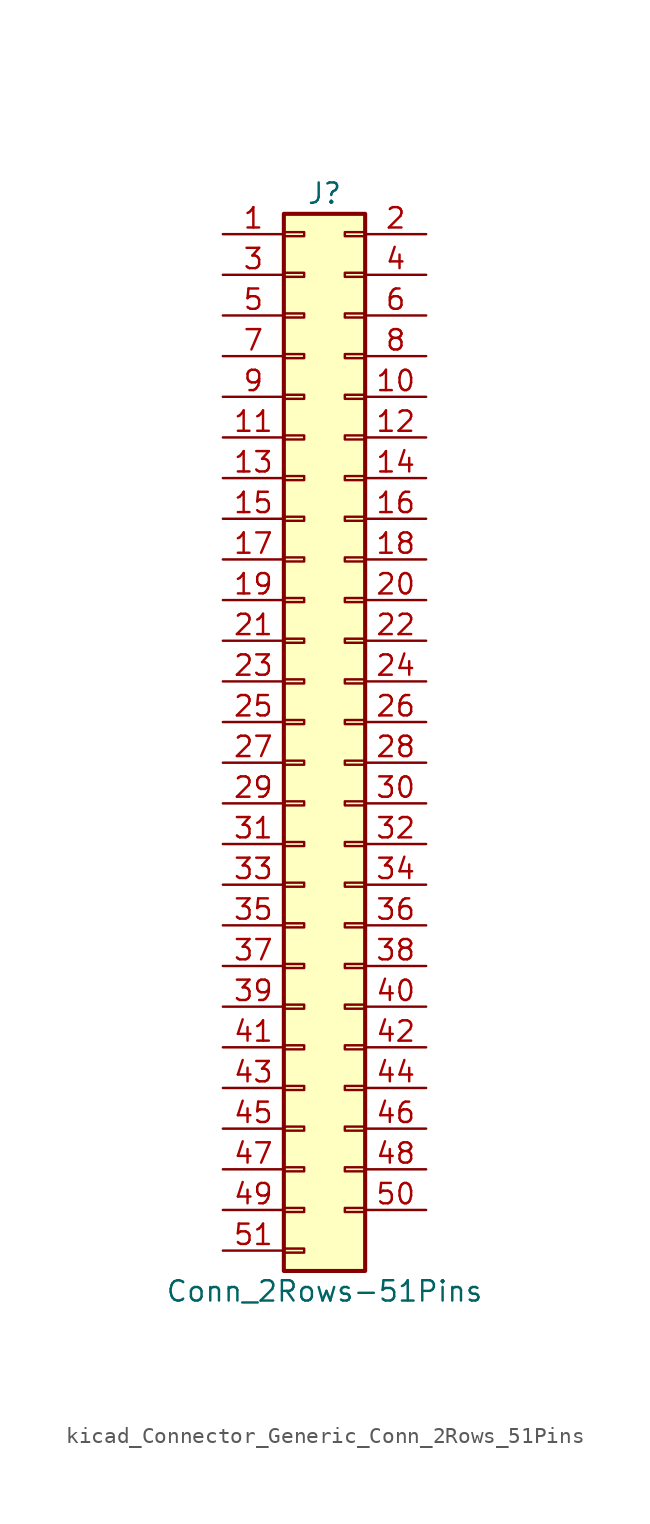
<source format=kicad_sym>
(kicad_symbol_lib
  (version 20220914)
  (generator kicad_symbol_editor)
  (symbol "kicad_Connector_Generic_Conn_2Rows_51Pins"
    (pin_names
      (offset 1.016) hide)
    (property "Reference" "J"
      (at 1.27 33.02 0)
      (effects (font (size 1.27 1.27))))
    (property "Value" "Conn_2Rows-51Pins"
      (at 1.27 -35.56 0)
      (effects (font (size 1.27 1.27))))
    (symbol "kicad_Connector_Generic_Conn_2Rows_51Pins_1_1"
      (rectangle (start -1.27 -32.893) (end 0 -33.147) (stroke (width 0.152) (type default)) (fill (type none)))
      (rectangle (start -1.27 -30.353) (end 0 -30.607) (stroke (width 0.152) (type default)) (fill (type none)))
      (rectangle (start -1.27 -27.813) (end 0 -28.067) (stroke (width 0.152) (type default)) (fill (type none)))
      (rectangle (start -1.27 -25.273) (end 0 -25.527) (stroke (width 0.152) (type default)) (fill (type none)))
      (rectangle (start -1.27 -22.733) (end 0 -22.987) (stroke (width 0.152) (type default)) (fill (type none)))
      (rectangle (start -1.27 -20.193) (end 0 -20.447) (stroke (width 0.152) (type default)) (fill (type none)))
      (rectangle (start -1.27 -17.653) (end 0 -17.907) (stroke (width 0.152) (type default)) (fill (type none)))
      (rectangle (start -1.27 -15.113) (end 0 -15.367) (stroke (width 0.152) (type default)) (fill (type none)))
      (rectangle (start -1.27 -12.573) (end 0 -12.827) (stroke (width 0.152) (type default)) (fill (type none)))
      (rectangle (start -1.27 -10.033) (end 0 -10.287) (stroke (width 0.152) (type default)) (fill (type none)))
      (rectangle (start -1.27 -7.493) (end 0 -7.747) (stroke (width 0.152) (type default)) (fill (type none)))
      (rectangle (start -1.27 -4.953) (end 0 -5.207) (stroke (width 0.152) (type default)) (fill (type none)))
      (rectangle (start -1.27 -2.413) (end 0 -2.667) (stroke (width 0.152) (type default)) (fill (type none)))
      (rectangle (start -1.27 0.127) (end 0 -0.127) (stroke (width 0.152) (type default)) (fill (type none)))
      (rectangle (start -1.27 2.667) (end 0 2.413) (stroke (width 0.152) (type default)) (fill (type none)))
      (rectangle (start -1.27 5.207) (end 0 4.953) (stroke (width 0.152) (type default)) (fill (type none)))
      (rectangle (start -1.27 7.747) (end 0 7.493) (stroke (width 0.152) (type default)) (fill (type none)))
      (rectangle (start -1.27 10.287) (end 0 10.033) (stroke (width 0.152) (type default)) (fill (type none)))
      (rectangle (start -1.27 12.827) (end 0 12.573) (stroke (width 0.152) (type default)) (fill (type none)))
      (rectangle (start -1.27 15.367) (end 0 15.113) (stroke (width 0.152) (type default)) (fill (type none)))
      (rectangle (start -1.27 17.907) (end 0 17.653) (stroke (width 0.152) (type default)) (fill (type none)))
      (rectangle (start -1.27 20.447) (end 0 20.193) (stroke (width 0.152) (type default)) (fill (type none)))
      (rectangle (start -1.27 22.987) (end 0 22.733) (stroke (width 0.152) (type default)) (fill (type none)))
      (rectangle (start -1.27 25.527) (end 0 25.273) (stroke (width 0.152) (type default)) (fill (type none)))
      (rectangle (start -1.27 28.067) (end 0 27.813) (stroke (width 0.152) (type default)) (fill (type none)))
      (rectangle (start -1.27 30.607) (end 0 30.353) (stroke (width 0.152) (type default)) (fill (type none)))
      (rectangle (start -1.27 31.75) (end 3.81 -34.29) (stroke (width 0.254) (type default)) (fill (type background)))
      (rectangle (start 3.81 -30.353) (end 2.54 -30.607) (stroke (width 0.152) (type default)) (fill (type none)))
      (rectangle (start 3.81 -27.813) (end 2.54 -28.067) (stroke (width 0.152) (type default)) (fill (type none)))
      (rectangle (start 3.81 -25.273) (end 2.54 -25.527) (stroke (width 0.152) (type default)) (fill (type none)))
      (rectangle (start 3.81 -22.733) (end 2.54 -22.987) (stroke (width 0.152) (type default)) (fill (type none)))
      (rectangle (start 3.81 -20.193) (end 2.54 -20.447) (stroke (width 0.152) (type default)) (fill (type none)))
      (rectangle (start 3.81 -17.653) (end 2.54 -17.907) (stroke (width 0.152) (type default)) (fill (type none)))
      (rectangle (start 3.81 -15.113) (end 2.54 -15.367) (stroke (width 0.152) (type default)) (fill (type none)))
      (rectangle (start 3.81 -12.573) (end 2.54 -12.827) (stroke (width 0.152) (type default)) (fill (type none)))
      (rectangle (start 3.81 -10.033) (end 2.54 -10.287) (stroke (width 0.152) (type default)) (fill (type none)))
      (rectangle (start 3.81 -7.493) (end 2.54 -7.747) (stroke (width 0.152) (type default)) (fill (type none)))
      (rectangle (start 3.81 -4.953) (end 2.54 -5.207) (stroke (width 0.152) (type default)) (fill (type none)))
      (rectangle (start 3.81 -2.413) (end 2.54 -2.667) (stroke (width 0.152) (type default)) (fill (type none)))
      (rectangle (start 3.81 0.127) (end 2.54 -0.127) (stroke (width 0.152) (type default)) (fill (type none)))
      (rectangle (start 3.81 2.667) (end 2.54 2.413) (stroke (width 0.152) (type default)) (fill (type none)))
      (rectangle (start 3.81 5.207) (end 2.54 4.953) (stroke (width 0.152) (type default)) (fill (type none)))
      (rectangle (start 3.81 7.747) (end 2.54 7.493) (stroke (width 0.152) (type default)) (fill (type none)))
      (rectangle (start 3.81 10.287) (end 2.54 10.033) (stroke (width 0.152) (type default)) (fill (type none)))
      (rectangle (start 3.81 12.827) (end 2.54 12.573) (stroke (width 0.152) (type default)) (fill (type none)))
      (rectangle (start 3.81 15.367) (end 2.54 15.113) (stroke (width 0.152) (type default)) (fill (type none)))
      (rectangle (start 3.81 17.907) (end 2.54 17.653) (stroke (width 0.152) (type default)) (fill (type none)))
      (rectangle (start 3.81 20.447) (end 2.54 20.193) (stroke (width 0.152) (type default)) (fill (type none)))
      (rectangle (start 3.81 22.987) (end 2.54 22.733) (stroke (width 0.152) (type default)) (fill (type none)))
      (rectangle (start 3.81 25.527) (end 2.54 25.273) (stroke (width 0.152) (type default)) (fill (type none)))
      (rectangle (start 3.81 28.067) (end 2.54 27.813) (stroke (width 0.152) (type default)) (fill (type none)))
      (rectangle (start 3.81 30.607) (end 2.54 30.353) (stroke (width 0.152) (type default)) (fill (type none)))
      (pin passive line (at -5.08 30.48 0) (length 3.81) (name "Pin_1" (effects (font (size 1.27 1.27)))) (number "1" (effects (font (size 1.27 1.27)))))
      (pin passive line (at 7.62 20.32 180) (length 3.81) (name "Pin_10" (effects (font (size 1.27 1.27)))) (number "10" (effects (font (size 1.27 1.27)))))
      (pin passive line (at -5.08 17.78 0) (length 3.81) (name "Pin_11" (effects (font (size 1.27 1.27)))) (number "11" (effects (font (size 1.27 1.27)))))
      (pin passive line (at 7.62 17.78 180) (length 3.81) (name "Pin_12" (effects (font (size 1.27 1.27)))) (number "12" (effects (font (size 1.27 1.27)))))
      (pin passive line (at -5.08 15.24 0) (length 3.81) (name "Pin_13" (effects (font (size 1.27 1.27)))) (number "13" (effects (font (size 1.27 1.27)))))
      (pin passive line (at 7.62 15.24 180) (length 3.81) (name "Pin_14" (effects (font (size 1.27 1.27)))) (number "14" (effects (font (size 1.27 1.27)))))
      (pin passive line (at -5.08 12.7 0) (length 3.81) (name "Pin_15" (effects (font (size 1.27 1.27)))) (number "15" (effects (font (size 1.27 1.27)))))
      (pin passive line (at 7.62 12.7 180) (length 3.81) (name "Pin_16" (effects (font (size 1.27 1.27)))) (number "16" (effects (font (size 1.27 1.27)))))
      (pin passive line (at -5.08 10.16 0) (length 3.81) (name "Pin_17" (effects (font (size 1.27 1.27)))) (number "17" (effects (font (size 1.27 1.27)))))
      (pin passive line (at 7.62 10.16 180) (length 3.81) (name "Pin_18" (effects (font (size 1.27 1.27)))) (number "18" (effects (font (size 1.27 1.27)))))
      (pin passive line (at -5.08 7.62 0) (length 3.81) (name "Pin_19" (effects (font (size 1.27 1.27)))) (number "19" (effects (font (size 1.27 1.27)))))
      (pin passive line (at 7.62 30.48 180) (length 3.81) (name "Pin_2" (effects (font (size 1.27 1.27)))) (number "2" (effects (font (size 1.27 1.27)))))
      (pin passive line (at 7.62 7.62 180) (length 3.81) (name "Pin_20" (effects (font (size 1.27 1.27)))) (number "20" (effects (font (size 1.27 1.27)))))
      (pin passive line (at -5.08 5.08 0) (length 3.81) (name "Pin_21" (effects (font (size 1.27 1.27)))) (number "21" (effects (font (size 1.27 1.27)))))
      (pin passive line (at 7.62 5.08 180) (length 3.81) (name "Pin_22" (effects (font (size 1.27 1.27)))) (number "22" (effects (font (size 1.27 1.27)))))
      (pin passive line (at -5.08 2.54 0) (length 3.81) (name "Pin_23" (effects (font (size 1.27 1.27)))) (number "23" (effects (font (size 1.27 1.27)))))
      (pin passive line (at 7.62 2.54 180) (length 3.81) (name "Pin_24" (effects (font (size 1.27 1.27)))) (number "24" (effects (font (size 1.27 1.27)))))
      (pin passive line (at -5.08 0 0) (length 3.81) (name "Pin_25" (effects (font (size 1.27 1.27)))) (number "25" (effects (font (size 1.27 1.27)))))
      (pin passive line (at 7.62 0 180) (length 3.81) (name "Pin_26" (effects (font (size 1.27 1.27)))) (number "26" (effects (font (size 1.27 1.27)))))
      (pin passive line (at -5.08 -2.54 0) (length 3.81) (name "Pin_27" (effects (font (size 1.27 1.27)))) (number "27" (effects (font (size 1.27 1.27)))))
      (pin passive line (at 7.62 -2.54 180) (length 3.81) (name "Pin_28" (effects (font (size 1.27 1.27)))) (number "28" (effects (font (size 1.27 1.27)))))
      (pin passive line (at -5.08 -5.08 0) (length 3.81) (name "Pin_29" (effects (font (size 1.27 1.27)))) (number "29" (effects (font (size 1.27 1.27)))))
      (pin passive line (at -5.08 27.94 0) (length 3.81) (name "Pin_3" (effects (font (size 1.27 1.27)))) (number "3" (effects (font (size 1.27 1.27)))))
      (pin passive line (at 7.62 -5.08 180) (length 3.81) (name "Pin_30" (effects (font (size 1.27 1.27)))) (number "30" (effects (font (size 1.27 1.27)))))
      (pin passive line (at -5.08 -7.62 0) (length 3.81) (name "Pin_31" (effects (font (size 1.27 1.27)))) (number "31" (effects (font (size 1.27 1.27)))))
      (pin passive line (at 7.62 -7.62 180) (length 3.81) (name "Pin_32" (effects (font (size 1.27 1.27)))) (number "32" (effects (font (size 1.27 1.27)))))
      (pin passive line (at -5.08 -10.16 0) (length 3.81) (name "Pin_33" (effects (font (size 1.27 1.27)))) (number "33" (effects (font (size 1.27 1.27)))))
      (pin passive line (at 7.62 -10.16 180) (length 3.81) (name "Pin_34" (effects (font (size 1.27 1.27)))) (number "34" (effects (font (size 1.27 1.27)))))
      (pin passive line (at -5.08 -12.7 0) (length 3.81) (name "Pin_35" (effects (font (size 1.27 1.27)))) (number "35" (effects (font (size 1.27 1.27)))))
      (pin passive line (at 7.62 -12.7 180) (length 3.81) (name "Pin_36" (effects (font (size 1.27 1.27)))) (number "36" (effects (font (size 1.27 1.27)))))
      (pin passive line (at -5.08 -15.24 0) (length 3.81) (name "Pin_37" (effects (font (size 1.27 1.27)))) (number "37" (effects (font (size 1.27 1.27)))))
      (pin passive line (at 7.62 -15.24 180) (length 3.81) (name "Pin_38" (effects (font (size 1.27 1.27)))) (number "38" (effects (font (size 1.27 1.27)))))
      (pin passive line (at -5.08 -17.78 0) (length 3.81) (name "Pin_39" (effects (font (size 1.27 1.27)))) (number "39" (effects (font (size 1.27 1.27)))))
      (pin passive line (at 7.62 27.94 180) (length 3.81) (name "Pin_4" (effects (font (size 1.27 1.27)))) (number "4" (effects (font (size 1.27 1.27)))))
      (pin passive line (at 7.62 -17.78 180) (length 3.81) (name "Pin_40" (effects (font (size 1.27 1.27)))) (number "40" (effects (font (size 1.27 1.27)))))
      (pin passive line (at -5.08 -20.32 0) (length 3.81) (name "Pin_41" (effects (font (size 1.27 1.27)))) (number "41" (effects (font (size 1.27 1.27)))))
      (pin passive line (at 7.62 -20.32 180) (length 3.81) (name "Pin_42" (effects (font (size 1.27 1.27)))) (number "42" (effects (font (size 1.27 1.27)))))
      (pin passive line (at -5.08 -22.86 0) (length 3.81) (name "Pin_43" (effects (font (size 1.27 1.27)))) (number "43" (effects (font (size 1.27 1.27)))))
      (pin passive line (at 7.62 -22.86 180) (length 3.81) (name "Pin_44" (effects (font (size 1.27 1.27)))) (number "44" (effects (font (size 1.27 1.27)))))
      (pin passive line (at -5.08 -25.4 0) (length 3.81) (name "Pin_45" (effects (font (size 1.27 1.27)))) (number "45" (effects (font (size 1.27 1.27)))))
      (pin passive line (at 7.62 -25.4 180) (length 3.81) (name "Pin_46" (effects (font (size 1.27 1.27)))) (number "46" (effects (font (size 1.27 1.27)))))
      (pin passive line (at -5.08 -27.94 0) (length 3.81) (name "Pin_47" (effects (font (size 1.27 1.27)))) (number "47" (effects (font (size 1.27 1.27)))))
      (pin passive line (at 7.62 -27.94 180) (length 3.81) (name "Pin_48" (effects (font (size 1.27 1.27)))) (number "48" (effects (font (size 1.27 1.27)))))
      (pin passive line (at -5.08 -30.48 0) (length 3.81) (name "Pin_49" (effects (font (size 1.27 1.27)))) (number "49" (effects (font (size 1.27 1.27)))))
      (pin passive line (at -5.08 25.4 0) (length 3.81) (name "Pin_5" (effects (font (size 1.27 1.27)))) (number "5" (effects (font (size 1.27 1.27)))))
      (pin passive line (at 7.62 -30.48 180) (length 3.81) (name "Pin_50" (effects (font (size 1.27 1.27)))) (number "50" (effects (font (size 1.27 1.27)))))
      (pin passive line (at -5.08 -33.02 0) (length 3.81) (name "Pin_51" (effects (font (size 1.27 1.27)))) (number "51" (effects (font (size 1.27 1.27)))))
      (pin passive line (at 7.62 25.4 180) (length 3.81) (name "Pin_6" (effects (font (size 1.27 1.27)))) (number "6" (effects (font (size 1.27 1.27)))))
      (pin passive line (at -5.08 22.86 0) (length 3.81) (name "Pin_7" (effects (font (size 1.27 1.27)))) (number "7" (effects (font (size 1.27 1.27)))))
      (pin passive line (at 7.62 22.86 180) (length 3.81) (name "Pin_8" (effects (font (size 1.27 1.27)))) (number "8" (effects (font (size 1.27 1.27)))))
      (pin passive line (at -5.08 20.32 0) (length 3.81) (name "Pin_9" (effects (font (size 1.27 1.27)))) (number "9" (effects (font (size 1.27 1.27))))))))
</source>
